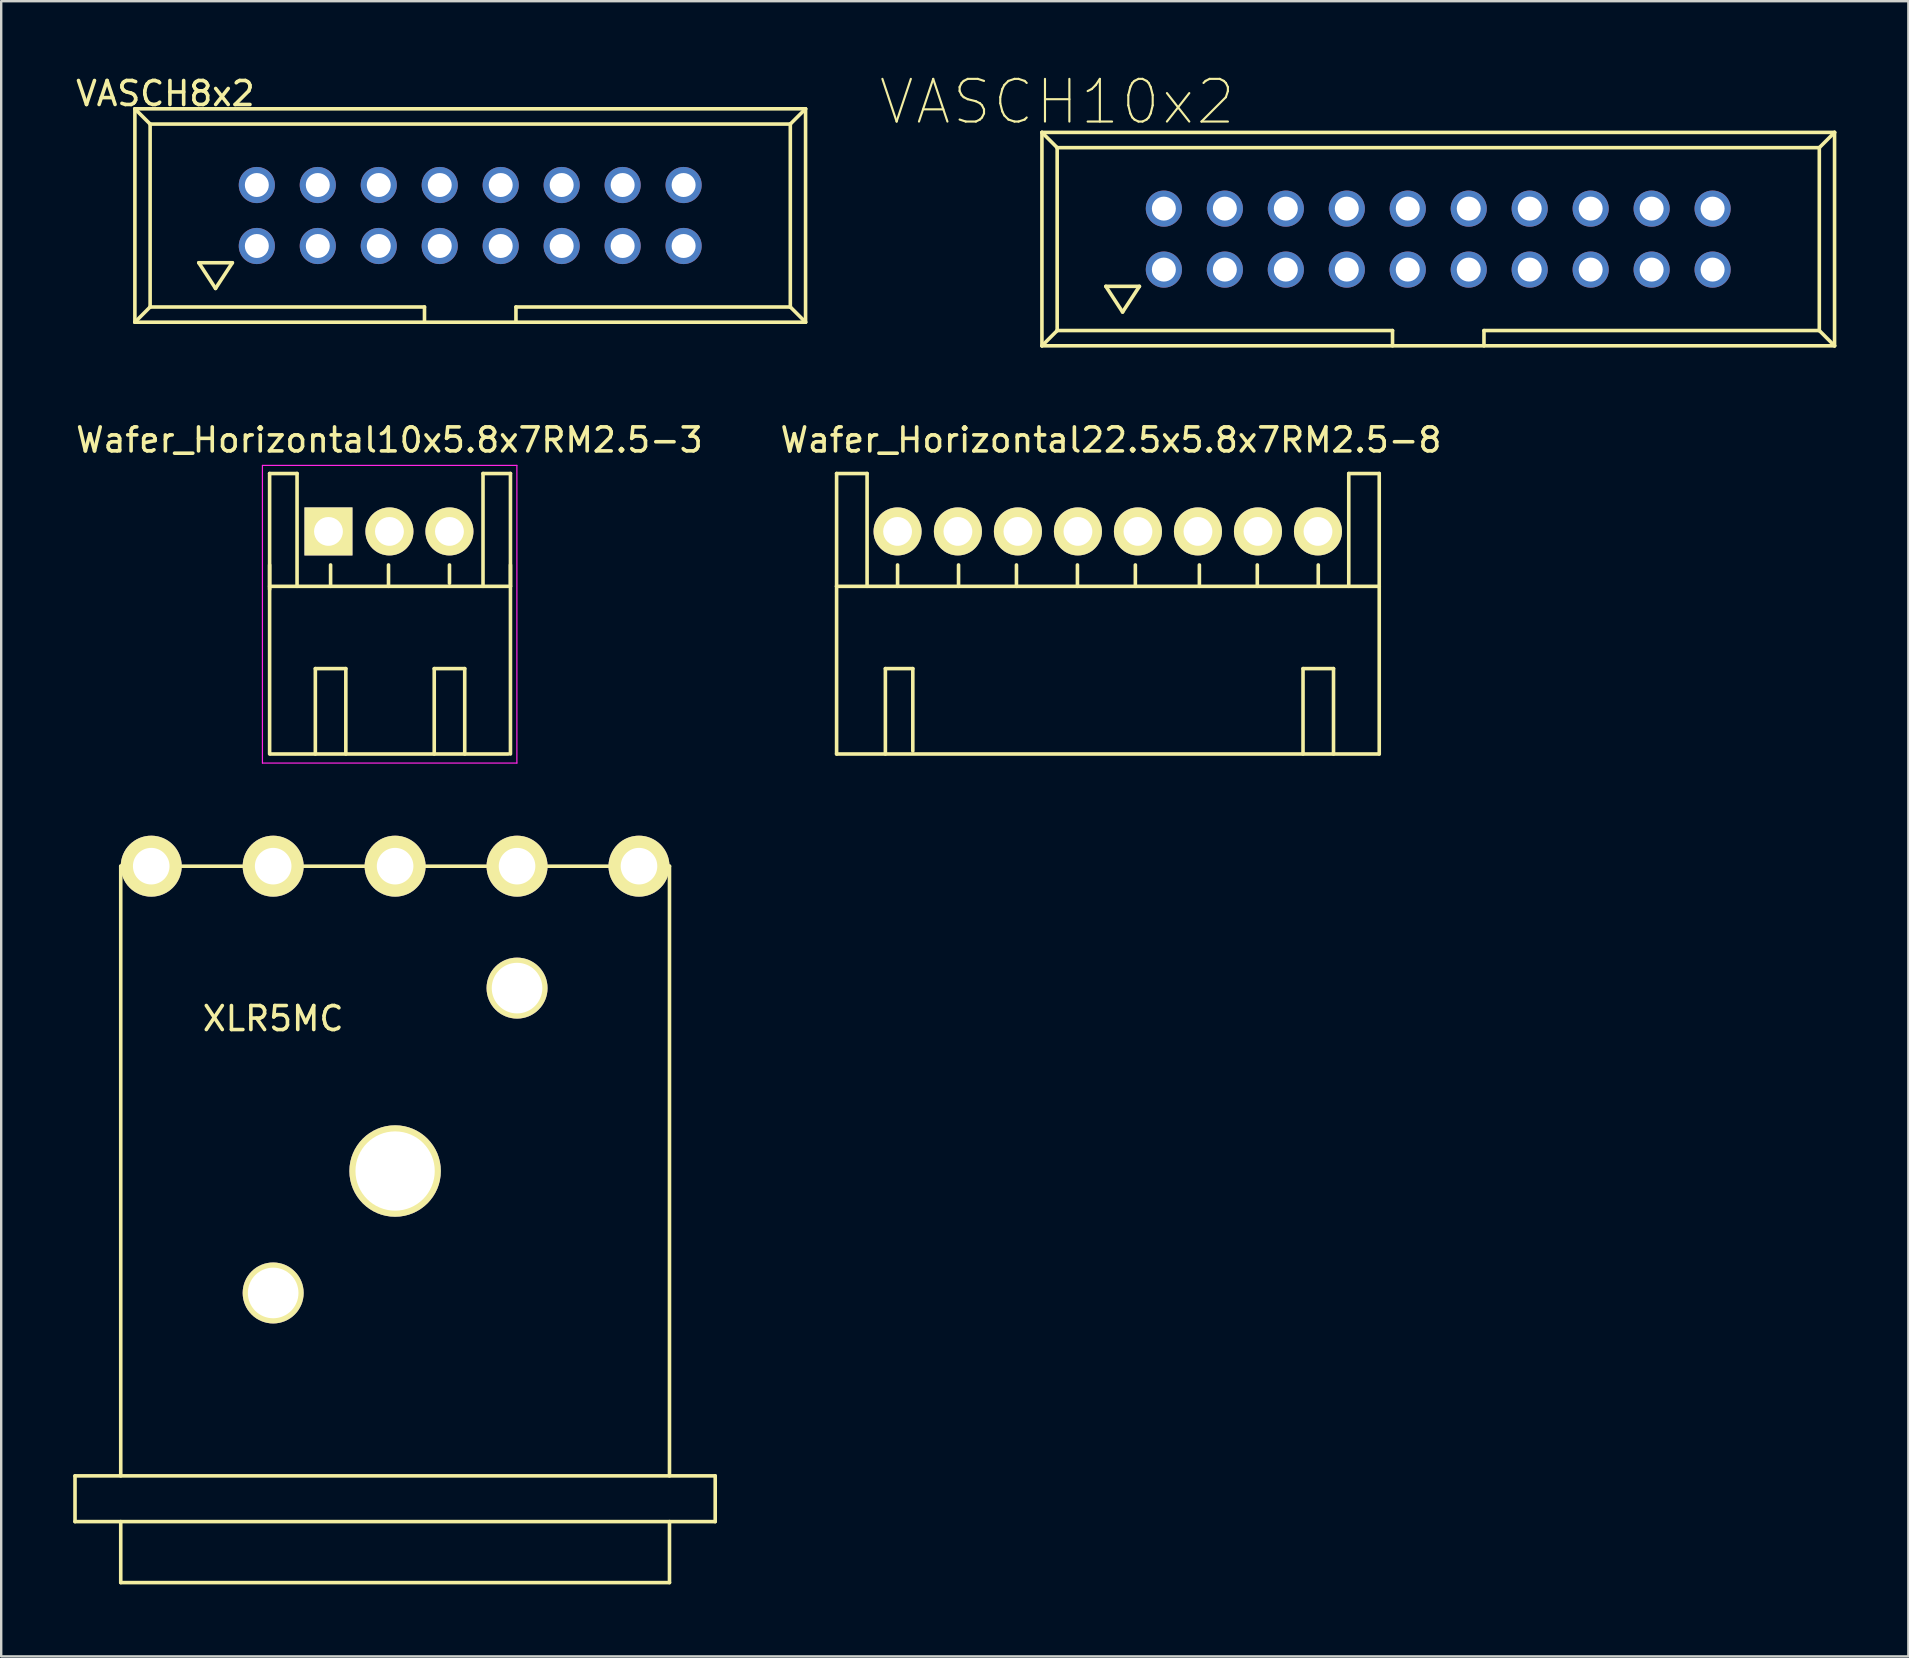
<source format=kicad_pcb>
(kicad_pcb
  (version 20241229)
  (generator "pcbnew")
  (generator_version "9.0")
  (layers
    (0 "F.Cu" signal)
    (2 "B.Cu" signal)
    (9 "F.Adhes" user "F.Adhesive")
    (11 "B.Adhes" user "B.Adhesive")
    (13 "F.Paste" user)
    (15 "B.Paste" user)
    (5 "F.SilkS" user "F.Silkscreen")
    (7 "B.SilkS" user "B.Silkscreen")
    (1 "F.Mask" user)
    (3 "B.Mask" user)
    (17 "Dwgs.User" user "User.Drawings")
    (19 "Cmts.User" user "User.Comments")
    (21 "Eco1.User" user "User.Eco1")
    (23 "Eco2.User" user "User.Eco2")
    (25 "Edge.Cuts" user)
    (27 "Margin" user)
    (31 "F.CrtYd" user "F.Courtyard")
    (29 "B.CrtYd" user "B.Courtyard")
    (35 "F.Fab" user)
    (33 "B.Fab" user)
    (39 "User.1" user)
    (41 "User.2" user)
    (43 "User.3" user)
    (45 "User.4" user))
  (footprint "VASCH10x2"
    (layer "F.Cu")
    (at 56.866 6.911)
    (property "Reference" "VASCH10x2" (at -15.875 -5.715 0) (layer "F.SilkS") (effects (font (size 1.778 1.778) (thickness 0.089))))
    (attr exclude_from_pos_files exclude_from_bom)
    (fp_line (start -16.51 -4.445) (end -16.51 4.445) (stroke (width 0.15) (type solid)) (layer "F.SilkS"))
    (fp_line (start -16.51 -4.445) (end -15.875 -3.81) (stroke (width 0.15) (type solid)) (layer "F.SilkS"))
    (fp_line (start -16.51 4.445) (end 16.51 4.445) (stroke (width 0.15) (type solid)) (layer "F.SilkS"))
    (fp_line (start -15.875 -3.81) (end -15.875 3.81) (stroke (width 0.15) (type solid)) (layer "F.SilkS"))
    (fp_line (start -15.875 -3.81) (end 15.875 -3.81) (stroke (width 0.15) (type solid)) (layer "F.SilkS"))
    (fp_line (start -15.875 3.81) (end -16.51 4.445) (stroke (width 0.15) (type solid)) (layer "F.SilkS"))
    (fp_line (start -15.875 3.81) (end -1.905 3.81) (stroke (width 0.15) (type solid)) (layer "F.SilkS"))
    (fp_line (start -13.848 1.968) (end -13.15 3.038) (stroke (width 0.15) (type solid)) (layer "F.SilkS"))
    (fp_line (start -13.15 3.038) (end -12.449 1.968) (stroke (width 0.15) (type solid)) (layer "F.SilkS"))
    (fp_line (start -12.449 1.968) (end -13.848 1.968) (stroke (width 0.15) (type solid)) (layer "F.SilkS"))
    (fp_line (start -1.905 3.81) (end -1.905 4.445) (stroke (width 0.15) (type solid)) (layer "F.SilkS"))
    (fp_line (start 1.905 3.81) (end 1.905 4.445) (stroke (width 0.15) (type solid)) (layer "F.SilkS"))
    (fp_line (start 15.875 -3.81) (end 15.875 3.81) (stroke (width 0.15) (type solid)) (layer "F.SilkS"))
    (fp_line (start 15.875 -3.81) (end 16.51 -4.445) (stroke (width 0.15) (type solid)) (layer "F.SilkS"))
    (fp_line (start 15.875 3.81) (end 1.905 3.81) (stroke (width 0.15) (type solid)) (layer "F.SilkS"))
    (fp_line (start 15.875 3.81) (end 16.51 4.445) (stroke (width 0.15) (type solid)) (layer "F.SilkS"))
    (fp_line (start 16.51 -4.445) (end -16.51 -4.445) (stroke (width 0.15) (type solid)) (layer "F.SilkS"))
    (fp_line (start 16.51 -4.445) (end 16.51 4.445) (stroke (width 0.15) (type solid)) (layer "F.SilkS"))
    (pad "1" thru_hole circle (at -11.43 1.27) (size 1.506 1.506) (drill 0.998) (layers "*.Cu" "*.Mask"))
    (pad "2" thru_hole circle (at -11.43 -1.27) (size 1.506 1.506) (drill 0.998) (layers "*.Cu" "*.Mask"))
    (pad "3" thru_hole circle (at -8.89 1.27) (size 1.506 1.506) (drill 0.998) (layers "*.Cu" "*.Mask"))
    (pad "4" thru_hole circle (at -8.89 -1.27) (size 1.506 1.506) (drill 0.998) (layers "*.Cu" "*.Mask"))
    (pad "5" thru_hole circle (at -6.35 1.27) (size 1.506 1.506) (drill 0.998) (layers "*.Cu" "*.Mask"))
    (pad "6" thru_hole circle (at -6.35 -1.27) (size 1.506 1.506) (drill 0.998) (layers "*.Cu" "*.Mask"))
    (pad "7" thru_hole circle (at -3.81 1.27) (size 1.506 1.506) (drill 0.998) (layers "*.Cu" "*.Mask"))
    (pad "8" thru_hole circle (at -3.81 -1.27) (size 1.506 1.506) (drill 0.998) (layers "*.Cu" "*.Mask"))
    (pad "9" thru_hole circle (at -1.27 1.27) (size 1.506 1.506) (drill 0.998) (layers "*.Cu" "*.Mask"))
    (pad "10" thru_hole circle (at -1.27 -1.27) (size 1.506 1.506) (drill 0.998) (layers "*.Cu" "*.Mask"))
    (pad "11" thru_hole circle (at 1.27 1.27) (size 1.506 1.506) (drill 0.998) (layers "*.Cu" "*.Mask"))
    (pad "12" thru_hole circle (at 1.27 -1.27) (size 1.506 1.506) (drill 0.998) (layers "*.Cu" "*.Mask"))
    (pad "13" thru_hole circle (at 3.81 1.27) (size 1.506 1.506) (drill 0.998) (layers "*.Cu" "*.Mask"))
    (pad "14" thru_hole circle (at 3.81 -1.27) (size 1.506 1.506) (drill 0.998) (layers "*.Cu" "*.Mask"))
    (pad "15" thru_hole circle (at 6.35 1.27) (size 1.506 1.506) (drill 0.998) (layers "*.Cu" "*.Mask"))
    (pad "16" thru_hole circle (at 6.35 -1.27) (size 1.506 1.506) (drill 0.998) (layers "*.Cu" "*.Mask"))
    (pad "17" thru_hole circle (at 8.89 1.27) (size 1.506 1.506) (drill 0.998) (layers "*.Cu" "*.Mask"))
    (pad "18" thru_hole circle (at 8.89 -1.27) (size 1.506 1.506) (drill 0.998) (layers "*.Cu" "*.Mask"))
    (pad "19" thru_hole circle (at 11.43 1.27) (size 1.506 1.506) (drill 0.998) (layers "*.Cu" "*.Mask"))
    (pad "20" thru_hole circle (at 11.43 -1.27) (size 1.506 1.506) (drill 0.998) (layers "*.Cu" "*.Mask")))
  (footprint "XLR5MC"
    (layer "F.Cu")
    (at 13.41 33.034)
    (property "Reference" "XLR5MC" (at -5.08 6.35 0) (layer "F.SilkS") (effects (font (size 1 1) (thickness 0.15))))
    (attr through_hole)
    (fp_line (start -13.335 25.4) (end 13.335 25.4) (stroke (width 0.15) (type solid)) (layer "F.SilkS"))
    (fp_line (start -13.335 27.305) (end -13.335 25.4) (stroke (width 0.15) (type solid)) (layer "F.SilkS"))
    (fp_line (start -11.43 0) (end 11.43 0) (stroke (width 0.15) (type solid)) (layer "F.SilkS"))
    (fp_line (start -11.43 25.4) (end -11.43 0) (stroke (width 0.15) (type solid)) (layer "F.SilkS"))
    (fp_line (start -11.43 29.845) (end -11.43 27.305) (stroke (width 0.15) (type solid)) (layer "F.SilkS"))
    (fp_line (start 11.43 25.4) (end 11.43 0) (stroke (width 0.15) (type solid)) (layer "F.SilkS"))
    (fp_line (start 11.43 27.305) (end 11.43 29.845) (stroke (width 0.15) (type solid)) (layer "F.SilkS"))
    (fp_line (start 11.43 29.845) (end -11.43 29.845) (stroke (width 0.15) (type solid)) (layer "F.SilkS"))
    (fp_line (start 13.335 27.305) (end -13.335 27.305) (stroke (width 0.15) (type solid)) (layer "F.SilkS"))
    (fp_line (start 13.335 27.305) (end 13.335 25.4) (stroke (width 0.15) (type solid)) (layer "F.SilkS"))
    (pad "" thru_hole circle (at -5.08 17.78) (size 2.54 2.54) (drill 2.108) (layers "*.Cu" "*.Mask" "F.SilkS"))
    (pad "" thru_hole circle (at 0 12.7) (size 3.81 3.81) (drill 3.302) (layers "*.Cu" "*.Mask" "F.SilkS"))
    (pad "" thru_hole circle (at 5.08 5.08) (size 2.54 2.54) (drill 2.108) (layers "*.Cu" "*.Mask" "F.SilkS"))
    (pad "1" thru_hole circle (at -10.16 0) (size 2.54 2.54) (drill 1.524) (layers "*.Cu" "*.Mask" "F.SilkS"))
    (pad "2" thru_hole circle (at -5.08 0) (size 2.54 2.54) (drill 1.524) (layers "*.Cu" "*.Mask" "F.SilkS"))
    (pad "3" thru_hole circle (at 0 0) (size 2.54 2.54) (drill 1.524) (layers "*.Cu" "*.Mask" "F.SilkS"))
    (pad "4" thru_hole circle (at 5.08 0) (size 2.54 2.54) (drill 1.524) (layers "*.Cu" "*.Mask" "F.SilkS"))
    (pad "5" thru_hole circle (at 10.16 0) (size 2.54 2.54) (drill 1.524) (layers "*.Cu" "*.Mask" "F.SilkS")))
  (footprint "Wafer_Horizontal10x5.8x7RM2.5-3"
    (layer "F.Cu")
    (at 10.633 19.089)
    (property "Reference" "Wafer_Horizontal10x5.8x7RM2.5-3" (at 2.54 -3.81 0) (layer "F.SilkS") (effects (font (size 1 1) (thickness 0.15))))
    (attr through_hole)
    (fp_line (start -2.451 -2.413) (end -1.308 -2.413) (stroke (width 0.15) (type solid)) (layer "F.SilkS"))
    (fp_line (start -2.451 2.286) (end -2.451 1.397) (stroke (width 0.15) (type solid)) (layer "F.SilkS"))
    (fp_line (start -2.451 2.413) (end -2.451 -2.413) (stroke (width 0.15) (type solid)) (layer "F.SilkS"))
    (fp_line (start -2.451 9.271) (end -2.451 2.286) (stroke (width 0.15) (type solid)) (layer "F.SilkS"))
    (fp_line (start -2.413 2.286) (end 7.493 2.286) (stroke (width 0.15) (type solid)) (layer "F.SilkS"))
    (fp_line (start -2.413 9.271) (end 7.493 9.271) (stroke (width 0.15) (type solid)) (layer "F.SilkS"))
    (fp_line (start -1.308 -2.413) (end -1.308 2.286) (stroke (width 0.15) (type solid)) (layer "F.SilkS"))
    (fp_line (start -0.546 5.715) (end 0.724 5.715) (stroke (width 0.15) (type solid)) (layer "F.SilkS"))
    (fp_line (start -0.546 9.271) (end -0.546 5.715) (stroke (width 0.15) (type solid)) (layer "F.SilkS"))
    (fp_line (start 0.089 1.397) (end 0.089 2.286) (stroke (width 0.15) (type solid)) (layer "F.SilkS"))
    (fp_line (start 0.724 5.715) (end 0.724 9.271) (stroke (width 0.15) (type solid)) (layer "F.SilkS"))
    (fp_line (start 2.502 2.286) (end 2.502 1.397) (stroke (width 0.15) (type solid)) (layer "F.SilkS"))
    (fp_line (start 4.407 5.715) (end 5.677 5.715) (stroke (width 0.15) (type solid)) (layer "F.SilkS"))
    (fp_line (start 4.407 9.271) (end 4.407 5.715) (stroke (width 0.15) (type solid)) (layer "F.SilkS"))
    (fp_line (start 5.042 2.159) (end 5.042 1.397) (stroke (width 0.15) (type solid)) (layer "F.SilkS"))
    (fp_line (start 5.677 5.715) (end 5.677 9.271) (stroke (width 0.15) (type solid)) (layer "F.SilkS"))
    (fp_line (start 6.439 -2.413) (end 6.439 2.286) (stroke (width 0.15) (type solid)) (layer "F.SilkS"))
    (fp_line (start 7.582 -2.413) (end 6.439 -2.413) (stroke (width 0.15) (type solid)) (layer "F.SilkS"))
    (fp_line (start 7.582 2.286) (end 7.582 -2.413) (stroke (width 0.15) (type solid)) (layer "F.SilkS"))
    (fp_line (start 7.582 2.286) (end 7.582 1.397) (stroke (width 0.15) (type solid)) (layer "F.SilkS"))
    (fp_line (start 7.582 2.286) (end 7.582 9.271) (stroke (width 0.15) (type solid)) (layer "F.SilkS"))
    (fp_line (start -2.75 -2.75) (end 7.85 -2.75) (stroke (width 0.05) (type solid)) (layer "F.CrtYd"))
    (fp_line (start -2.75 9.65) (end -2.75 -2.75) (stroke (width 0.05) (type solid)) (layer "F.CrtYd"))
    (fp_line (start 7.85 -2.75) (end 7.85 9.65) (stroke (width 0.05) (type solid)) (layer "F.CrtYd"))
    (fp_line (start 7.85 9.65) (end -2.75 9.65) (stroke (width 0.05) (type solid)) (layer "F.CrtYd"))
    (pad "1" thru_hole rect (at 0 0) (size 2 2) (drill 1.2) (layers "*.Cu" "*.Mask" "F.SilkS"))
    (pad "2" thru_hole circle (at 2.54 0) (size 2 2) (drill 1.2) (layers "*.Cu" "*.Mask" "F.SilkS"))
    (pad "3" thru_hole circle (at 5.04 0) (size 2 2) (drill 1.2) (layers "*.Cu" "*.Mask" "F.SilkS")))
  (footprint "Wafer_Horizontal22.5x5.8x7RM2.5-8"
    (layer "F.Cu")
    (at 34.342 19.089)
    (property "Reference" "Wafer_Horizontal22.5x5.8x7RM2.5-8" (at 8.89 -3.81 0) (layer "F.SilkS") (effects (font (size 1 1) (thickness 0.15))))
    (attr through_hole)
    (fp_line (start -2.54 -2.413) (end -1.27 -2.413) (stroke (width 0.15) (type solid)) (layer "F.SilkS"))
    (fp_line (start -2.54 2.286) (end -2.54 -2.413) (stroke (width 0.15) (type solid)) (layer "F.SilkS"))
    (fp_line (start -2.54 2.286) (end 20.066 2.286) (stroke (width 0.15) (type solid)) (layer "F.SilkS"))
    (fp_line (start -2.54 9.271) (end -2.54 2.286) (stroke (width 0.15) (type solid)) (layer "F.SilkS"))
    (fp_line (start -2.54 9.271) (end 20.066 9.271) (stroke (width 0.15) (type solid)) (layer "F.SilkS"))
    (fp_line (start -1.27 -2.413) (end -1.27 2.286) (stroke (width 0.15) (type solid)) (layer "F.SilkS"))
    (fp_line (start -0.508 5.715) (end 0.635 5.715) (stroke (width 0.15) (type solid)) (layer "F.SilkS"))
    (fp_line (start -0.508 9.271) (end -0.508 5.715) (stroke (width 0.15) (type solid)) (layer "F.SilkS"))
    (fp_line (start 0 2.286) (end 0 1.397) (stroke (width 0.15) (type solid)) (layer "F.SilkS"))
    (fp_line (start 0.635 5.715) (end 0.635 9.144) (stroke (width 0.15) (type solid)) (layer "F.SilkS"))
    (fp_line (start 2.54 2.286) (end 2.54 1.397) (stroke (width 0.15) (type solid)) (layer "F.SilkS"))
    (fp_line (start 4.953 2.286) (end 4.953 1.397) (stroke (width 0.15) (type solid)) (layer "F.SilkS"))
    (fp_line (start 7.493 2.286) (end 7.493 1.397) (stroke (width 0.15) (type solid)) (layer "F.SilkS"))
    (fp_line (start 9.906 2.286) (end 9.906 1.397) (stroke (width 0.15) (type solid)) (layer "F.SilkS"))
    (fp_line (start 12.573 2.286) (end 12.573 1.397) (stroke (width 0.15) (type solid)) (layer "F.SilkS"))
    (fp_line (start 14.986 2.286) (end 14.986 1.397) (stroke (width 0.15) (type solid)) (layer "F.SilkS"))
    (fp_line (start 16.891 5.715) (end 18.161 5.715) (stroke (width 0.15) (type solid)) (layer "F.SilkS"))
    (fp_line (start 16.891 9.271) (end 16.891 5.715) (stroke (width 0.15) (type solid)) (layer "F.SilkS"))
    (fp_line (start 17.526 2.286) (end 17.526 1.397) (stroke (width 0.15) (type solid)) (layer "F.SilkS"))
    (fp_line (start 18.161 5.715) (end 18.161 9.271) (stroke (width 0.15) (type solid)) (layer "F.SilkS"))
    (fp_line (start 18.796 -2.413) (end 18.796 2.286) (stroke (width 0.15) (type solid)) (layer "F.SilkS"))
    (fp_line (start 20.066 -2.413) (end 18.796 -2.413) (stroke (width 0.15) (type solid)) (layer "F.SilkS"))
    (fp_line (start 20.066 2.286) (end 20.066 -2.413) (stroke (width 0.15) (type solid)) (layer "F.SilkS"))
    (fp_line (start 20.066 9.271) (end 20.066 2.286) (stroke (width 0.15) (type solid)) (layer "F.SilkS"))
    (pad "1" thru_hole circle (at 0 0) (size 2 2) (drill 1.2) (layers "*.Cu" "*.Mask" "F.SilkS"))
    (pad "2" thru_hole circle (at 2.513 0) (size 2 2) (drill 1.2) (layers "*.Cu" "*.Mask" "F.SilkS"))
    (pad "3" thru_hole circle (at 5.013 0) (size 2 2) (drill 1.2) (layers "*.Cu" "*.Mask" "F.SilkS"))
    (pad "4" thru_hole circle (at 7.513 0) (size 2 2) (drill 1.2) (layers "*.Cu" "*.Mask" "F.SilkS"))
    (pad "5" thru_hole circle (at 10.013 0) (size 2 2) (drill 1.2) (layers "*.Cu" "*.Mask" "F.SilkS"))
    (pad "6" thru_hole circle (at 12.513 0) (size 2 2) (drill 1.2) (layers "*.Cu" "*.Mask" "F.SilkS"))
    (pad "7" thru_hole circle (at 15.013 0) (size 2 2) (drill 1.2) (layers "*.Cu" "*.Mask" "F.SilkS"))
    (pad "8" thru_hole circle (at 17.513 0) (size 2 2) (drill 1.2) (layers "*.Cu" "*.Mask" "F.SilkS")))
  (footprint "VASCH8x2"
    (layer "F.Cu")
    (at 16.539 5.928)
    (property "Reference" "VASCH8x2" (at -12.7 -5.08 0) (layer "F.SilkS") (effects (font (size 1 1) (thickness 0.15))))
    (attr exclude_from_pos_files exclude_from_bom)
    (fp_line (start -13.97 -4.445) (end -13.97 4.445) (stroke (width 0.15) (type solid)) (layer "F.SilkS"))
    (fp_line (start -13.97 -4.445) (end 13.97 -4.445) (stroke (width 0.15) (type solid)) (layer "F.SilkS"))
    (fp_line (start -13.335 -3.81) (end -13.97 -4.445) (stroke (width 0.15) (type solid)) (layer "F.SilkS"))
    (fp_line (start -13.335 -3.81) (end -13.335 3.81) (stroke (width 0.15) (type solid)) (layer "F.SilkS"))
    (fp_line (start -13.335 3.81) (end -13.97 4.445) (stroke (width 0.15) (type solid)) (layer "F.SilkS"))
    (fp_line (start -13.335 3.81) (end -1.905 3.81) (stroke (width 0.15) (type solid)) (layer "F.SilkS"))
    (fp_line (start -11.308 1.968) (end -10.61 3.038) (stroke (width 0.15) (type solid)) (layer "F.SilkS"))
    (fp_line (start -10.61 3.038) (end -9.909 1.968) (stroke (width 0.15) (type solid)) (layer "F.SilkS"))
    (fp_line (start -9.909 1.968) (end -11.308 1.968) (stroke (width 0.15) (type solid)) (layer "F.SilkS"))
    (fp_line (start -1.905 3.81) (end -1.905 4.445) (stroke (width 0.15) (type solid)) (layer "F.SilkS"))
    (fp_line (start 1.905 3.81) (end 13.335 3.81) (stroke (width 0.15) (type solid)) (layer "F.SilkS"))
    (fp_line (start 1.905 4.445) (end 1.905 3.81) (stroke (width 0.15) (type solid)) (layer "F.SilkS"))
    (fp_line (start 13.335 -3.81) (end -13.335 -3.81) (stroke (width 0.15) (type solid)) (layer "F.SilkS"))
    (fp_line (start 13.335 -3.81) (end 13.97 -4.445) (stroke (width 0.15) (type solid)) (layer "F.SilkS"))
    (fp_line (start 13.335 3.81) (end 13.335 -3.81) (stroke (width 0.15) (type solid)) (layer "F.SilkS"))
    (fp_line (start 13.335 3.81) (end 13.97 4.445) (stroke (width 0.15) (type solid)) (layer "F.SilkS"))
    (fp_line (start 13.97 -4.445) (end 13.97 4.445) (stroke (width 0.15) (type solid)) (layer "F.SilkS"))
    (fp_line (start 13.97 4.445) (end -13.97 4.445) (stroke (width 0.15) (type solid)) (layer "F.SilkS"))
    (pad "1" thru_hole circle (at -8.89 1.27) (size 1.506 1.506) (drill 0.998) (layers "*.Cu" "*.Mask"))
    (pad "2" thru_hole circle (at -8.89 -1.27) (size 1.506 1.506) (drill 0.998) (layers "*.Cu" "*.Mask"))
    (pad "3" thru_hole circle (at -6.35 1.27) (size 1.506 1.506) (drill 0.998) (layers "*.Cu" "*.Mask"))
    (pad "4" thru_hole circle (at -6.35 -1.27) (size 1.506 1.506) (drill 0.998) (layers "*.Cu" "*.Mask"))
    (pad "5" thru_hole circle (at -3.81 1.27) (size 1.506 1.506) (drill 0.998) (layers "*.Cu" "*.Mask"))
    (pad "6" thru_hole circle (at -3.81 -1.27) (size 1.506 1.506) (drill 0.998) (layers "*.Cu" "*.Mask"))
    (pad "7" thru_hole circle (at -1.27 1.27) (size 1.506 1.506) (drill 0.998) (layers "*.Cu" "*.Mask"))
    (pad "8" thru_hole circle (at -1.27 -1.27) (size 1.506 1.506) (drill 0.998) (layers "*.Cu" "*.Mask"))
    (pad "9" thru_hole circle (at 1.27 1.27) (size 1.506 1.506) (drill 0.998) (layers "*.Cu" "*.Mask"))
    (pad "10" thru_hole circle (at 1.27 -1.27) (size 1.506 1.506) (drill 0.998) (layers "*.Cu" "*.Mask"))
    (pad "11" thru_hole circle (at 3.81 1.27) (size 1.506 1.506) (drill 0.998) (layers "*.Cu" "*.Mask"))
    (pad "12" thru_hole circle (at 3.81 -1.27) (size 1.506 1.506) (drill 0.998) (layers "*.Cu" "*.Mask"))
    (pad "13" thru_hole circle (at 6.35 1.27) (size 1.506 1.506) (drill 0.998) (layers "*.Cu" "*.Mask"))
    (pad "14" thru_hole circle (at 6.35 -1.27) (size 1.506 1.506) (drill 0.998) (layers "*.Cu" "*.Mask"))
    (pad "15" thru_hole circle (at 8.89 1.27) (size 1.506 1.506) (drill 0.998) (layers "*.Cu" "*.Mask"))
    (pad "16" thru_hole circle (at 8.89 -1.27) (size 1.506 1.506) (drill 0.998) (layers "*.Cu" "*.Mask")))
  (gr_rect
    (start -3 -3)
    (end 76.451 65.954)
    (stroke (width 0.1) (type default))
    (fill no)
    (layer "Edge.Cuts")))
</source>
